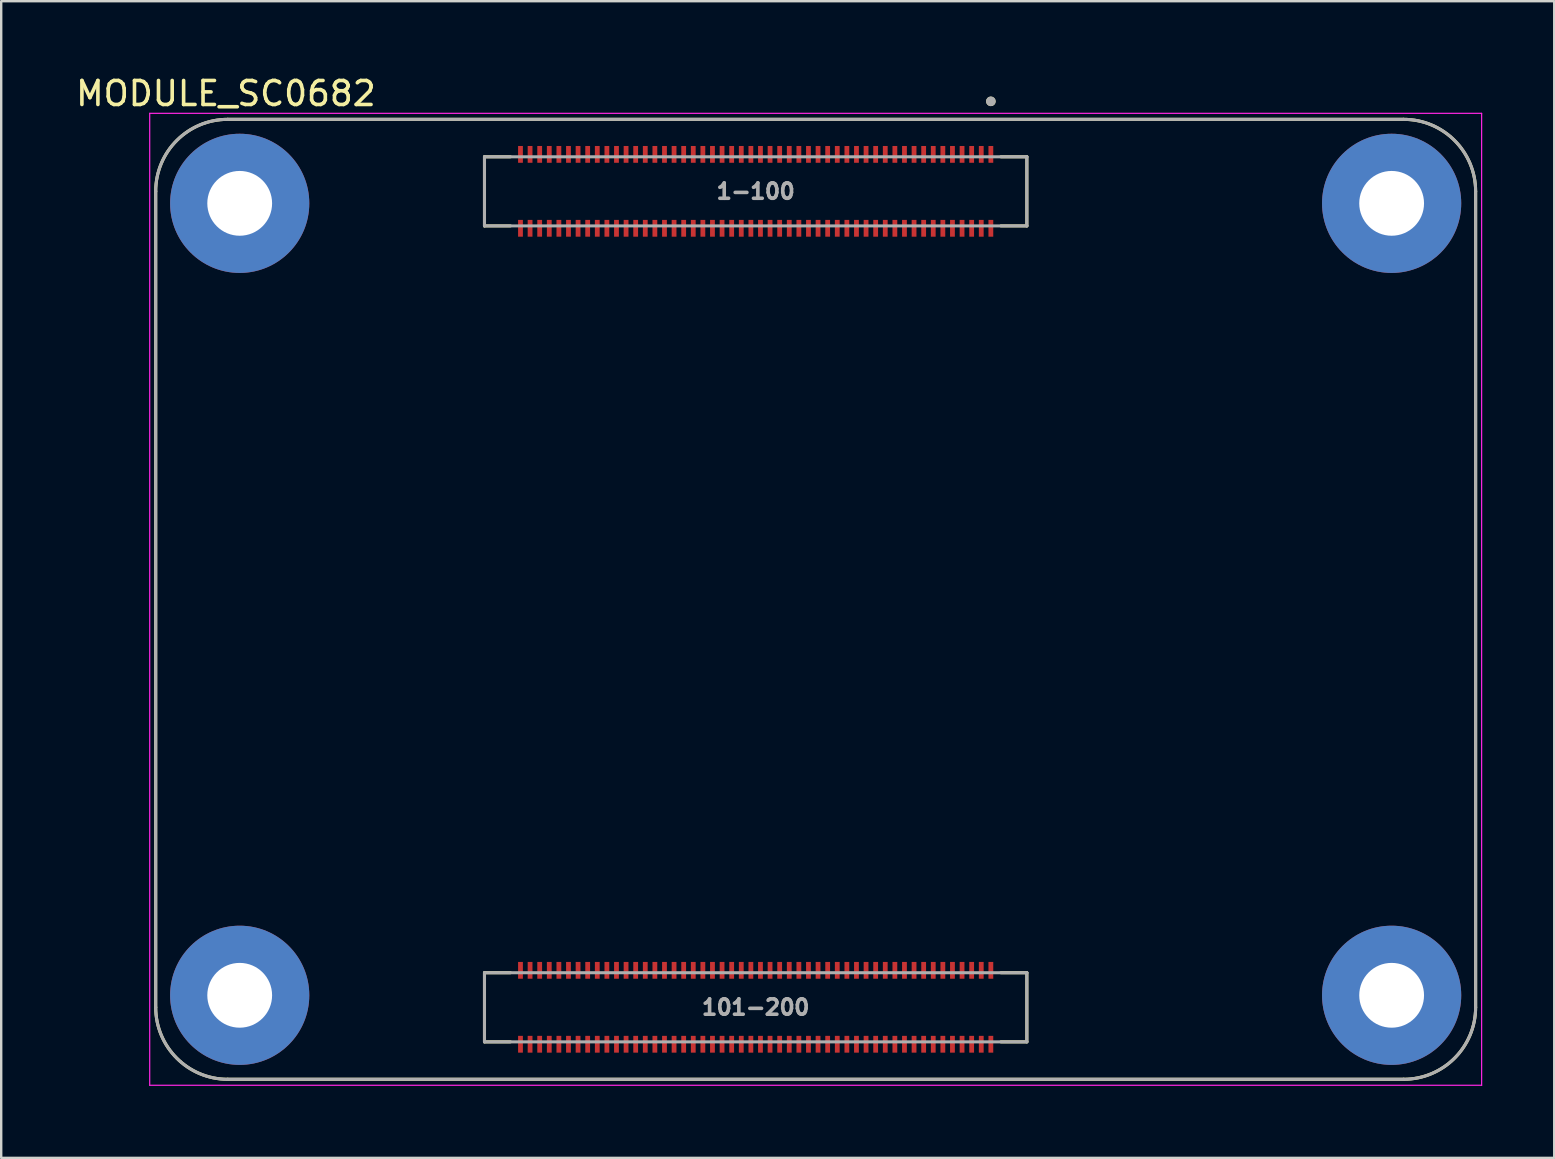
<source format=kicad_pcb>
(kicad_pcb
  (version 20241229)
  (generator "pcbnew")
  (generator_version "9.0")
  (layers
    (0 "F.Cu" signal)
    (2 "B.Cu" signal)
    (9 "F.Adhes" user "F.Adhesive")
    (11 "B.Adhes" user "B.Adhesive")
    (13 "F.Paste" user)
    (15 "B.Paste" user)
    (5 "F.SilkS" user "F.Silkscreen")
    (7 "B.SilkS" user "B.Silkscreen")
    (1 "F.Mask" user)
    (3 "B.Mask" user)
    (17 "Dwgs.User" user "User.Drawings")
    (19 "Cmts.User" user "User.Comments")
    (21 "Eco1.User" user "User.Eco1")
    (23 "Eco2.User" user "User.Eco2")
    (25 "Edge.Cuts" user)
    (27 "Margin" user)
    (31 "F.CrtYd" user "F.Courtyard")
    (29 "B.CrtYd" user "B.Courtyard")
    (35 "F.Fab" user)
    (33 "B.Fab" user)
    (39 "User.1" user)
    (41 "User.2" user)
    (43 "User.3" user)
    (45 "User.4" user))
  (footprint "MODULE_SC0682"
    (layer "F.Cu")
    (at 30.938 21.923)
    (property "Reference" "MODULE_SC0682" (at -24.575 -21.075 0) (layer "F.SilkS") (effects (font (size 1 1) (thickness 0.15))))
    (attr smd)
    (fp_line (start -27.5 -17) (end -27.5 17) (stroke (width 0.127) (type solid)) (layer "F.SilkS"))
    (fp_line (start -24.5 20) (end 24.5 20) (stroke (width 0.127) (type solid)) (layer "F.SilkS"))
    (fp_line (start -13.8 -18.44) (end -13.8 -15.56) (stroke (width 0.127) (type solid)) (layer "F.SilkS"))
    (fp_line (start -13.8 -15.56) (end -12.72 -15.56) (stroke (width 0.127) (type solid)) (layer "F.SilkS"))
    (fp_line (start -13.8 15.56) (end -13.8 18.44) (stroke (width 0.127) (type solid)) (layer "F.SilkS"))
    (fp_line (start -13.8 18.44) (end -12.72 18.44) (stroke (width 0.127) (type solid)) (layer "F.SilkS"))
    (fp_line (start -12.72 -18.44) (end -13.8 -18.44) (stroke (width 0.127) (type solid)) (layer "F.SilkS"))
    (fp_line (start -12.72 15.56) (end -13.8 15.56) (stroke (width 0.127) (type solid)) (layer "F.SilkS"))
    (fp_line (start 7.72 -18.44) (end 8.8 -18.44) (stroke (width 0.127) (type solid)) (layer "F.SilkS"))
    (fp_line (start 7.72 15.56) (end 8.8 15.56) (stroke (width 0.127) (type solid)) (layer "F.SilkS"))
    (fp_line (start 8.8 -18.44) (end 8.8 -15.56) (stroke (width 0.127) (type solid)) (layer "F.SilkS"))
    (fp_line (start 8.8 -15.56) (end 7.72 -15.56) (stroke (width 0.127) (type solid)) (layer "F.SilkS"))
    (fp_line (start 8.8 15.56) (end 8.8 18.44) (stroke (width 0.127) (type solid)) (layer "F.SilkS"))
    (fp_line (start 8.8 18.44) (end 7.72 18.44) (stroke (width 0.127) (type solid)) (layer "F.SilkS"))
    (fp_line (start 24.5 -20) (end -24.5 -20) (stroke (width 0.127) (type solid)) (layer "F.SilkS"))
    (fp_line (start 27.5 17) (end 27.5 -17) (stroke (width 0.127) (type solid)) (layer "F.SilkS"))
    (fp_arc (start -27.5 -17) (mid -26.62132 -19.12132) (end -24.5 -20) (stroke (width 0.127) (type solid)) (layer "F.SilkS"))
    (fp_arc (start -24.5 20) (mid -26.62132 19.12132) (end -27.5 17) (stroke (width 0.127) (type solid)) (layer "F.SilkS"))
    (fp_arc (start 24.5 -20) (mid 26.62132 -19.12132) (end 27.5 -17) (stroke (width 0.127) (type solid)) (layer "F.SilkS"))
    (fp_arc (start 27.5 17) (mid 26.62132 19.12132) (end 24.5 20) (stroke (width 0.127) (type solid)) (layer "F.SilkS"))
    (fp_circle (center 7.3 -20.75) (end 7.4 -20.75) (stroke (width 0.2) (type solid)) (fill no) (layer "F.SilkS"))
    (fp_line (start -27.75 -20.25) (end -27.75 20.25) (stroke (width 0.05) (type solid)) (layer "F.CrtYd"))
    (fp_line (start -27.75 20.25) (end 27.75 20.25) (stroke (width 0.05) (type solid)) (layer "F.CrtYd"))
    (fp_line (start 27.75 -20.25) (end -27.75 -20.25) (stroke (width 0.05) (type solid)) (layer "F.CrtYd"))
    (fp_line (start 27.75 20.25) (end 27.75 -20.25) (stroke (width 0.05) (type solid)) (layer "F.CrtYd"))
    (fp_line (start -27.5 -17) (end -27.5 17) (stroke (width 0.127) (type solid)) (layer "F.Fab"))
    (fp_line (start -24.5 20) (end 24.5 20) (stroke (width 0.127) (type solid)) (layer "F.Fab"))
    (fp_line (start -13.8 -18.44) (end 8.8 -18.44) (stroke (width 0.127) (type solid)) (layer "F.Fab"))
    (fp_line (start -13.8 -15.56) (end -13.8 -18.44) (stroke (width 0.127) (type solid)) (layer "F.Fab"))
    (fp_line (start -13.8 15.56) (end 8.8 15.56) (stroke (width 0.127) (type solid)) (layer "F.Fab"))
    (fp_line (start -13.8 18.44) (end -13.8 15.56) (stroke (width 0.127) (type solid)) (layer "F.Fab"))
    (fp_line (start 8.8 -18.44) (end 8.8 -15.56) (stroke (width 0.127) (type solid)) (layer "F.Fab"))
    (fp_line (start 8.8 -15.56) (end -13.8 -15.56) (stroke (width 0.127) (type solid)) (layer "F.Fab"))
    (fp_line (start 8.8 15.56) (end 8.8 18.44) (stroke (width 0.127) (type solid)) (layer "F.Fab"))
    (fp_line (start 8.8 18.44) (end -13.8 18.44) (stroke (width 0.127) (type solid)) (layer "F.Fab"))
    (fp_line (start 24.5 -20) (end -24.5 -20) (stroke (width 0.127) (type solid)) (layer "F.Fab"))
    (fp_line (start 27.5 17) (end 27.5 -17) (stroke (width 0.127) (type solid)) (layer "F.Fab"))
    (fp_arc (start -27.5 -17) (mid -26.62132 -19.12132) (end -24.5 -20) (stroke (width 0.127) (type solid)) (layer "F.Fab"))
    (fp_arc (start -24.5 20) (mid -26.62132 19.12132) (end -27.5 17) (stroke (width 0.127) (type solid)) (layer "F.Fab"))
    (fp_arc (start 24.5 -20) (mid 26.62132 -19.12132) (end 27.5 -17) (stroke (width 0.127) (type solid)) (layer "F.Fab"))
    (fp_arc (start 27.5 17) (mid 26.62132 19.12132) (end 24.5 20) (stroke (width 0.127) (type solid)) (layer "F.Fab"))
    (fp_circle (center 7.3 -20.75) (end 7.4 -20.75) (stroke (width 0.2) (type solid)) (fill no) (layer "F.Fab"))
    (fp_text user "1-100" (at -2.5 -17 0) (layer "F.Fab") (effects (font (size 0.64 0.64) (thickness 0.15))))
    (fp_text user "101-200" (at -2.5 17 0) (layer "F.Fab") (effects (font (size 0.64 0.64) (thickness 0.15))))
    (pad "1" smd rect (at 7.3 -18.54) (size 0.2 0.7) (layers "F.Cu" "F.Mask" "F.Paste"))
    (pad "2" smd rect (at 7.3 -15.46) (size 0.2 0.7) (layers "F.Cu" "F.Mask" "F.Paste"))
    (pad "3" smd rect (at 6.9 -18.54) (size 0.2 0.7) (layers "F.Cu" "F.Mask" "F.Paste"))
    (pad "4" smd rect (at 6.9 -15.46) (size 0.2 0.7) (layers "F.Cu" "F.Mask" "F.Paste"))
    (pad "5" smd rect (at 6.5 -18.54) (size 0.2 0.7) (layers "F.Cu" "F.Mask" "F.Paste"))
    (pad "6" smd rect (at 6.5 -15.46) (size 0.2 0.7) (layers "F.Cu" "F.Mask" "F.Paste"))
    (pad "7" smd rect (at 6.1 -18.54) (size 0.2 0.7) (layers "F.Cu" "F.Mask" "F.Paste"))
    (pad "8" smd rect (at 6.1 -15.46) (size 0.2 0.7) (layers "F.Cu" "F.Mask" "F.Paste"))
    (pad "9" smd rect (at 5.7 -18.54) (size 0.2 0.7) (layers "F.Cu" "F.Mask" "F.Paste"))
    (pad "10" smd rect (at 5.7 -15.46) (size 0.2 0.7) (layers "F.Cu" "F.Mask" "F.Paste"))
    (pad "11" smd rect (at 5.3 -18.54) (size 0.2 0.7) (layers "F.Cu" "F.Mask" "F.Paste"))
    (pad "12" smd rect (at 5.3 -15.46) (size 0.2 0.7) (layers "F.Cu" "F.Mask" "F.Paste"))
    (pad "13" smd rect (at 4.9 -18.54) (size 0.2 0.7) (layers "F.Cu" "F.Mask" "F.Paste"))
    (pad "14" smd rect (at 4.9 -15.46) (size 0.2 0.7) (layers "F.Cu" "F.Mask" "F.Paste"))
    (pad "15" smd rect (at 4.5 -18.54) (size 0.2 0.7) (layers "F.Cu" "F.Mask" "F.Paste"))
    (pad "16" smd rect (at 4.5 -15.46) (size 0.2 0.7) (layers "F.Cu" "F.Mask" "F.Paste"))
    (pad "17" smd rect (at 4.1 -18.54) (size 0.2 0.7) (layers "F.Cu" "F.Mask" "F.Paste"))
    (pad "18" smd rect (at 4.1 -15.46) (size 0.2 0.7) (layers "F.Cu" "F.Mask" "F.Paste"))
    (pad "19" smd rect (at 3.7 -18.54) (size 0.2 0.7) (layers "F.Cu" "F.Mask" "F.Paste"))
    (pad "20" smd rect (at 3.7 -15.46) (size 0.2 0.7) (layers "F.Cu" "F.Mask" "F.Paste"))
    (pad "21" smd rect (at 3.3 -18.54) (size 0.2 0.7) (layers "F.Cu" "F.Mask" "F.Paste"))
    (pad "22" smd rect (at 3.3 -15.46) (size 0.2 0.7) (layers "F.Cu" "F.Mask" "F.Paste"))
    (pad "23" smd rect (at 2.9 -18.54) (size 0.2 0.7) (layers "F.Cu" "F.Mask" "F.Paste"))
    (pad "24" smd rect (at 2.9 -15.46) (size 0.2 0.7) (layers "F.Cu" "F.Mask" "F.Paste"))
    (pad "25" smd rect (at 2.5 -18.54) (size 0.2 0.7) (layers "F.Cu" "F.Mask" "F.Paste"))
    (pad "26" smd rect (at 2.5 -15.46) (size 0.2 0.7) (layers "F.Cu" "F.Mask" "F.Paste"))
    (pad "27" smd rect (at 2.1 -18.54) (size 0.2 0.7) (layers "F.Cu" "F.Mask" "F.Paste"))
    (pad "28" smd rect (at 2.1 -15.46) (size 0.2 0.7) (layers "F.Cu" "F.Mask" "F.Paste"))
    (pad "29" smd rect (at 1.7 -18.54) (size 0.2 0.7) (layers "F.Cu" "F.Mask" "F.Paste"))
    (pad "30" smd rect (at 1.7 -15.46) (size 0.2 0.7) (layers "F.Cu" "F.Mask" "F.Paste"))
    (pad "31" smd rect (at 1.3 -18.54) (size 0.2 0.7) (layers "F.Cu" "F.Mask" "F.Paste"))
    (pad "32" smd rect (at 1.3 -15.46) (size 0.2 0.7) (layers "F.Cu" "F.Mask" "F.Paste"))
    (pad "33" smd rect (at 0.9 -18.54) (size 0.2 0.7) (layers "F.Cu" "F.Mask" "F.Paste"))
    (pad "34" smd rect (at 0.9 -15.46) (size 0.2 0.7) (layers "F.Cu" "F.Mask" "F.Paste"))
    (pad "35" smd rect (at 0.5 -18.54) (size 0.2 0.7) (layers "F.Cu" "F.Mask" "F.Paste"))
    (pad "36" smd rect (at 0.5 -15.46) (size 0.2 0.7) (layers "F.Cu" "F.Mask" "F.Paste"))
    (pad "37" smd rect (at 0.1 -18.54) (size 0.2 0.7) (layers "F.Cu" "F.Mask" "F.Paste"))
    (pad "38" smd rect (at 0.1 -15.46) (size 0.2 0.7) (layers "F.Cu" "F.Mask" "F.Paste"))
    (pad "39" smd rect (at -0.3 -18.54) (size 0.2 0.7) (layers "F.Cu" "F.Mask" "F.Paste"))
    (pad "40" smd rect (at -0.3 -15.46) (size 0.2 0.7) (layers "F.Cu" "F.Mask" "F.Paste"))
    (pad "41" smd rect (at -0.7 -18.54) (size 0.2 0.7) (layers "F.Cu" "F.Mask" "F.Paste"))
    (pad "42" smd rect (at -0.7 -15.46) (size 0.2 0.7) (layers "F.Cu" "F.Mask" "F.Paste"))
    (pad "43" smd rect (at -1.1 -18.54) (size 0.2 0.7) (layers "F.Cu" "F.Mask" "F.Paste"))
    (pad "44" smd rect (at -1.1 -15.46) (size 0.2 0.7) (layers "F.Cu" "F.Mask" "F.Paste"))
    (pad "45" smd rect (at -1.5 -18.54) (size 0.2 0.7) (layers "F.Cu" "F.Mask" "F.Paste"))
    (pad "46" smd rect (at -1.5 -15.46) (size 0.2 0.7) (layers "F.Cu" "F.Mask" "F.Paste"))
    (pad "47" smd rect (at -1.9 -18.54) (size 0.2 0.7) (layers "F.Cu" "F.Mask" "F.Paste"))
    (pad "48" smd rect (at -1.9 -15.46) (size 0.2 0.7) (layers "F.Cu" "F.Mask" "F.Paste"))
    (pad "49" smd rect (at -2.3 -18.54) (size 0.2 0.7) (layers "F.Cu" "F.Mask" "F.Paste"))
    (pad "50" smd rect (at -2.3 -15.46) (size 0.2 0.7) (layers "F.Cu" "F.Mask" "F.Paste"))
    (pad "51" smd rect (at -2.7 -18.54) (size 0.2 0.7) (layers "F.Cu" "F.Mask" "F.Paste"))
    (pad "52" smd rect (at -2.7 -15.46) (size 0.2 0.7) (layers "F.Cu" "F.Mask" "F.Paste"))
    (pad "53" smd rect (at -3.1 -18.54) (size 0.2 0.7) (layers "F.Cu" "F.Mask" "F.Paste"))
    (pad "54" smd rect (at -3.1 -15.46) (size 0.2 0.7) (layers "F.Cu" "F.Mask" "F.Paste"))
    (pad "55" smd rect (at -3.5 -18.54) (size 0.2 0.7) (layers "F.Cu" "F.Mask" "F.Paste"))
    (pad "56" smd rect (at -3.5 -15.46) (size 0.2 0.7) (layers "F.Cu" "F.Mask" "F.Paste"))
    (pad "57" smd rect (at -3.9 -18.54) (size 0.2 0.7) (layers "F.Cu" "F.Mask" "F.Paste"))
    (pad "58" smd rect (at -3.9 -15.46) (size 0.2 0.7) (layers "F.Cu" "F.Mask" "F.Paste"))
    (pad "59" smd rect (at -4.3 -18.54) (size 0.2 0.7) (layers "F.Cu" "F.Mask" "F.Paste"))
    (pad "60" smd rect (at -4.3 -15.46) (size 0.2 0.7) (layers "F.Cu" "F.Mask" "F.Paste"))
    (pad "61" smd rect (at -4.7 -18.54) (size 0.2 0.7) (layers "F.Cu" "F.Mask" "F.Paste"))
    (pad "62" smd rect (at -4.7 -15.46) (size 0.2 0.7) (layers "F.Cu" "F.Mask" "F.Paste"))
    (pad "63" smd rect (at -5.1 -18.54) (size 0.2 0.7) (layers "F.Cu" "F.Mask" "F.Paste"))
    (pad "64" smd rect (at -5.1 -15.46) (size 0.2 0.7) (layers "F.Cu" "F.Mask" "F.Paste"))
    (pad "65" smd rect (at -5.5 -18.54) (size 0.2 0.7) (layers "F.Cu" "F.Mask" "F.Paste"))
    (pad "66" smd rect (at -5.5 -15.46) (size 0.2 0.7) (layers "F.Cu" "F.Mask" "F.Paste"))
    (pad "67" smd rect (at -5.9 -18.54) (size 0.2 0.7) (layers "F.Cu" "F.Mask" "F.Paste"))
    (pad "68" smd rect (at -5.9 -15.46) (size 0.2 0.7) (layers "F.Cu" "F.Mask" "F.Paste"))
    (pad "69" smd rect (at -6.3 -18.54) (size 0.2 0.7) (layers "F.Cu" "F.Mask" "F.Paste"))
    (pad "70" smd rect (at -6.3 -15.46) (size 0.2 0.7) (layers "F.Cu" "F.Mask" "F.Paste"))
    (pad "71" smd rect (at -6.7 -18.54) (size 0.2 0.7) (layers "F.Cu" "F.Mask" "F.Paste"))
    (pad "72" smd rect (at -6.7 -15.46) (size 0.2 0.7) (layers "F.Cu" "F.Mask" "F.Paste"))
    (pad "73" smd rect (at -7.1 -18.54) (size 0.2 0.7) (layers "F.Cu" "F.Mask" "F.Paste"))
    (pad "74" smd rect (at -7.1 -15.46) (size 0.2 0.7) (layers "F.Cu" "F.Mask" "F.Paste"))
    (pad "75" smd rect (at -7.5 -18.54) (size 0.2 0.7) (layers "F.Cu" "F.Mask" "F.Paste"))
    (pad "76" smd rect (at -7.5 -15.46) (size 0.2 0.7) (layers "F.Cu" "F.Mask" "F.Paste"))
    (pad "77" smd rect (at -7.9 -18.54) (size 0.2 0.7) (layers "F.Cu" "F.Mask" "F.Paste"))
    (pad "78" smd rect (at -7.9 -15.46) (size 0.2 0.7) (layers "F.Cu" "F.Mask" "F.Paste"))
    (pad "79" smd rect (at -8.3 -18.54) (size 0.2 0.7) (layers "F.Cu" "F.Mask" "F.Paste"))
    (pad "80" smd rect (at -8.3 -15.46) (size 0.2 0.7) (layers "F.Cu" "F.Mask" "F.Paste"))
    (pad "81" smd rect (at -8.7 -18.54) (size 0.2 0.7) (layers "F.Cu" "F.Mask" "F.Paste"))
    (pad "82" smd rect (at -8.7 -15.46) (size 0.2 0.7) (layers "F.Cu" "F.Mask" "F.Paste"))
    (pad "83" smd rect (at -9.1 -18.54) (size 0.2 0.7) (layers "F.Cu" "F.Mask" "F.Paste"))
    (pad "84" smd rect (at -9.1 -15.46) (size 0.2 0.7) (layers "F.Cu" "F.Mask" "F.Paste"))
    (pad "85" smd rect (at -9.5 -18.54) (size 0.2 0.7) (layers "F.Cu" "F.Mask" "F.Paste"))
    (pad "86" smd rect (at -9.5 -15.46) (size 0.2 0.7) (layers "F.Cu" "F.Mask" "F.Paste"))
    (pad "87" smd rect (at -9.9 -18.54) (size 0.2 0.7) (layers "F.Cu" "F.Mask" "F.Paste"))
    (pad "88" smd rect (at -9.9 -15.46) (size 0.2 0.7) (layers "F.Cu" "F.Mask" "F.Paste"))
    (pad "89" smd rect (at -10.3 -18.54) (size 0.2 0.7) (layers "F.Cu" "F.Mask" "F.Paste"))
    (pad "90" smd rect (at -10.3 -15.46) (size 0.2 0.7) (layers "F.Cu" "F.Mask" "F.Paste"))
    (pad "91" smd rect (at -10.7 -18.54) (size 0.2 0.7) (layers "F.Cu" "F.Mask" "F.Paste"))
    (pad "92" smd rect (at -10.7 -15.46) (size 0.2 0.7) (layers "F.Cu" "F.Mask" "F.Paste"))
    (pad "93" smd rect (at -11.1 -18.54) (size 0.2 0.7) (layers "F.Cu" "F.Mask" "F.Paste"))
    (pad "94" smd rect (at -11.1 -15.46) (size 0.2 0.7) (layers "F.Cu" "F.Mask" "F.Paste"))
    (pad "95" smd rect (at -11.5 -18.54) (size 0.2 0.7) (layers "F.Cu" "F.Mask" "F.Paste"))
    (pad "96" smd rect (at -11.5 -15.46) (size 0.2 0.7) (layers "F.Cu" "F.Mask" "F.Paste"))
    (pad "97" smd rect (at -11.9 -18.54) (size 0.2 0.7) (layers "F.Cu" "F.Mask" "F.Paste"))
    (pad "98" smd rect (at -11.9 -15.46) (size 0.2 0.7) (layers "F.Cu" "F.Mask" "F.Paste"))
    (pad "99" smd rect (at -12.3 -18.54) (size 0.2 0.7) (layers "F.Cu" "F.Mask" "F.Paste"))
    (pad "100" smd rect (at -12.3 -15.46) (size 0.2 0.7) (layers "F.Cu" "F.Mask" "F.Paste"))
    (pad "101" smd rect (at 7.3 15.46) (size 0.2 0.7) (layers "F.Cu" "F.Mask" "F.Paste"))
    (pad "102" smd rect (at 7.3 18.54) (size 0.2 0.7) (layers "F.Cu" "F.Mask" "F.Paste"))
    (pad "103" smd rect (at 6.9 15.46) (size 0.2 0.7) (layers "F.Cu" "F.Mask" "F.Paste"))
    (pad "104" smd rect (at 6.9 18.54) (size 0.2 0.7) (layers "F.Cu" "F.Mask" "F.Paste"))
    (pad "105" smd rect (at 6.5 15.46) (size 0.2 0.7) (layers "F.Cu" "F.Mask" "F.Paste"))
    (pad "106" smd rect (at 6.5 18.54) (size 0.2 0.7) (layers "F.Cu" "F.Mask" "F.Paste"))
    (pad "107" smd rect (at 6.1 15.46) (size 0.2 0.7) (layers "F.Cu" "F.Mask" "F.Paste"))
    (pad "108" smd rect (at 6.1 18.54) (size 0.2 0.7) (layers "F.Cu" "F.Mask" "F.Paste"))
    (pad "109" smd rect (at 5.7 15.46) (size 0.2 0.7) (layers "F.Cu" "F.Mask" "F.Paste"))
    (pad "110" smd rect (at 5.7 18.54) (size 0.2 0.7) (layers "F.Cu" "F.Mask" "F.Paste"))
    (pad "111" smd rect (at 5.3 15.46) (size 0.2 0.7) (layers "F.Cu" "F.Mask" "F.Paste"))
    (pad "112" smd rect (at 5.3 18.54) (size 0.2 0.7) (layers "F.Cu" "F.Mask" "F.Paste"))
    (pad "113" smd rect (at 4.9 15.46) (size 0.2 0.7) (layers "F.Cu" "F.Mask" "F.Paste"))
    (pad "114" smd rect (at 4.9 18.54) (size 0.2 0.7) (layers "F.Cu" "F.Mask" "F.Paste"))
    (pad "115" smd rect (at 4.5 15.46) (size 0.2 0.7) (layers "F.Cu" "F.Mask" "F.Paste"))
    (pad "116" smd rect (at 4.5 18.54) (size 0.2 0.7) (layers "F.Cu" "F.Mask" "F.Paste"))
    (pad "117" smd rect (at 4.1 15.46) (size 0.2 0.7) (layers "F.Cu" "F.Mask" "F.Paste"))
    (pad "118" smd rect (at 4.1 18.54) (size 0.2 0.7) (layers "F.Cu" "F.Mask" "F.Paste"))
    (pad "119" smd rect (at 3.7 15.46) (size 0.2 0.7) (layers "F.Cu" "F.Mask" "F.Paste"))
    (pad "120" smd rect (at 3.7 18.54) (size 0.2 0.7) (layers "F.Cu" "F.Mask" "F.Paste"))
    (pad "121" smd rect (at 3.3 15.46) (size 0.2 0.7) (layers "F.Cu" "F.Mask" "F.Paste"))
    (pad "122" smd rect (at 3.3 18.54) (size 0.2 0.7) (layers "F.Cu" "F.Mask" "F.Paste"))
    (pad "123" smd rect (at 2.9 15.46) (size 0.2 0.7) (layers "F.Cu" "F.Mask" "F.Paste"))
    (pad "124" smd rect (at 2.9 18.54) (size 0.2 0.7) (layers "F.Cu" "F.Mask" "F.Paste"))
    (pad "125" smd rect (at 2.5 15.46) (size 0.2 0.7) (layers "F.Cu" "F.Mask" "F.Paste"))
    (pad "126" smd rect (at 2.5 18.54) (size 0.2 0.7) (layers "F.Cu" "F.Mask" "F.Paste"))
    (pad "127" smd rect (at 2.1 15.46) (size 0.2 0.7) (layers "F.Cu" "F.Mask" "F.Paste"))
    (pad "128" smd rect (at 2.1 18.54) (size 0.2 0.7) (layers "F.Cu" "F.Mask" "F.Paste"))
    (pad "129" smd rect (at 1.7 15.46) (size 0.2 0.7) (layers "F.Cu" "F.Mask" "F.Paste"))
    (pad "130" smd rect (at 1.7 18.54) (size 0.2 0.7) (layers "F.Cu" "F.Mask" "F.Paste"))
    (pad "131" smd rect (at 1.3 15.46) (size 0.2 0.7) (layers "F.Cu" "F.Mask" "F.Paste"))
    (pad "132" smd rect (at 1.3 18.54) (size 0.2 0.7) (layers "F.Cu" "F.Mask" "F.Paste"))
    (pad "133" smd rect (at 0.9 15.46) (size 0.2 0.7) (layers "F.Cu" "F.Mask" "F.Paste"))
    (pad "134" smd rect (at 0.9 18.54) (size 0.2 0.7) (layers "F.Cu" "F.Mask" "F.Paste"))
    (pad "135" smd rect (at 0.5 15.46) (size 0.2 0.7) (layers "F.Cu" "F.Mask" "F.Paste"))
    (pad "136" smd rect (at 0.5 18.54) (size 0.2 0.7) (layers "F.Cu" "F.Mask" "F.Paste"))
    (pad "137" smd rect (at 0.1 15.46) (size 0.2 0.7) (layers "F.Cu" "F.Mask" "F.Paste"))
    (pad "138" smd rect (at 0.1 18.54) (size 0.2 0.7) (layers "F.Cu" "F.Mask" "F.Paste"))
    (pad "139" smd rect (at -0.3 15.46) (size 0.2 0.7) (layers "F.Cu" "F.Mask" "F.Paste"))
    (pad "140" smd rect (at -0.3 18.54) (size 0.2 0.7) (layers "F.Cu" "F.Mask" "F.Paste"))
    (pad "141" smd rect (at -0.7 15.46) (size 0.2 0.7) (layers "F.Cu" "F.Mask" "F.Paste"))
    (pad "142" smd rect (at -0.7 18.54) (size 0.2 0.7) (layers "F.Cu" "F.Mask" "F.Paste"))
    (pad "143" smd rect (at -1.1 15.46) (size 0.2 0.7) (layers "F.Cu" "F.Mask" "F.Paste"))
    (pad "144" smd rect (at -1.1 18.54) (size 0.2 0.7) (layers "F.Cu" "F.Mask" "F.Paste"))
    (pad "145" smd rect (at -1.5 15.46) (size 0.2 0.7) (layers "F.Cu" "F.Mask" "F.Paste"))
    (pad "146" smd rect (at -1.5 18.54) (size 0.2 0.7) (layers "F.Cu" "F.Mask" "F.Paste"))
    (pad "147" smd rect (at -1.9 15.46) (size 0.2 0.7) (layers "F.Cu" "F.Mask" "F.Paste"))
    (pad "148" smd rect (at -1.9 18.54) (size 0.2 0.7) (layers "F.Cu" "F.Mask" "F.Paste"))
    (pad "149" smd rect (at -2.3 15.46) (size 0.2 0.7) (layers "F.Cu" "F.Mask" "F.Paste"))
    (pad "150" smd rect (at -2.3 18.54) (size 0.2 0.7) (layers "F.Cu" "F.Mask" "F.Paste"))
    (pad "151" smd rect (at -2.7 15.46) (size 0.2 0.7) (layers "F.Cu" "F.Mask" "F.Paste"))
    (pad "152" smd rect (at -2.7 18.54) (size 0.2 0.7) (layers "F.Cu" "F.Mask" "F.Paste"))
    (pad "153" smd rect (at -3.1 15.46) (size 0.2 0.7) (layers "F.Cu" "F.Mask" "F.Paste"))
    (pad "154" smd rect (at -3.1 18.54) (size 0.2 0.7) (layers "F.Cu" "F.Mask" "F.Paste"))
    (pad "155" smd rect (at -3.5 15.46) (size 0.2 0.7) (layers "F.Cu" "F.Mask" "F.Paste"))
    (pad "156" smd rect (at -3.5 18.54) (size 0.2 0.7) (layers "F.Cu" "F.Mask" "F.Paste"))
    (pad "157" smd rect (at -3.9 15.46) (size 0.2 0.7) (layers "F.Cu" "F.Mask" "F.Paste"))
    (pad "158" smd rect (at -3.9 18.54) (size 0.2 0.7) (layers "F.Cu" "F.Mask" "F.Paste"))
    (pad "159" smd rect (at -4.3 15.46) (size 0.2 0.7) (layers "F.Cu" "F.Mask" "F.Paste"))
    (pad "160" smd rect (at -4.3 18.54) (size 0.2 0.7) (layers "F.Cu" "F.Mask" "F.Paste"))
    (pad "161" smd rect (at -4.7 15.46) (size 0.2 0.7) (layers "F.Cu" "F.Mask" "F.Paste"))
    (pad "162" smd rect (at -4.7 18.54) (size 0.2 0.7) (layers "F.Cu" "F.Mask" "F.Paste"))
    (pad "163" smd rect (at -5.1 15.46) (size 0.2 0.7) (layers "F.Cu" "F.Mask" "F.Paste"))
    (pad "164" smd rect (at -5.1 18.54) (size 0.2 0.7) (layers "F.Cu" "F.Mask" "F.Paste"))
    (pad "165" smd rect (at -5.5 15.46) (size 0.2 0.7) (layers "F.Cu" "F.Mask" "F.Paste"))
    (pad "166" smd rect (at -5.5 18.54) (size 0.2 0.7) (layers "F.Cu" "F.Mask" "F.Paste"))
    (pad "167" smd rect (at -5.9 15.46) (size 0.2 0.7) (layers "F.Cu" "F.Mask" "F.Paste"))
    (pad "168" smd rect (at -5.9 18.54) (size 0.2 0.7) (layers "F.Cu" "F.Mask" "F.Paste"))
    (pad "169" smd rect (at -6.3 15.46) (size 0.2 0.7) (layers "F.Cu" "F.Mask" "F.Paste"))
    (pad "170" smd rect (at -6.3 18.54) (size 0.2 0.7) (layers "F.Cu" "F.Mask" "F.Paste"))
    (pad "171" smd rect (at -6.7 15.46) (size 0.2 0.7) (layers "F.Cu" "F.Mask" "F.Paste"))
    (pad "172" smd rect (at -6.7 18.54) (size 0.2 0.7) (layers "F.Cu" "F.Mask" "F.Paste"))
    (pad "173" smd rect (at -7.1 15.46) (size 0.2 0.7) (layers "F.Cu" "F.Mask" "F.Paste"))
    (pad "174" smd rect (at -7.1 18.54) (size 0.2 0.7) (layers "F.Cu" "F.Mask" "F.Paste"))
    (pad "175" smd rect (at -7.5 15.46) (size 0.2 0.7) (layers "F.Cu" "F.Mask" "F.Paste"))
    (pad "176" smd rect (at -7.5 18.54) (size 0.2 0.7) (layers "F.Cu" "F.Mask" "F.Paste"))
    (pad "177" smd rect (at -7.9 15.46) (size 0.2 0.7) (layers "F.Cu" "F.Mask" "F.Paste"))
    (pad "178" smd rect (at -7.9 18.54) (size 0.2 0.7) (layers "F.Cu" "F.Mask" "F.Paste"))
    (pad "179" smd rect (at -8.3 15.46) (size 0.2 0.7) (layers "F.Cu" "F.Mask" "F.Paste"))
    (pad "180" smd rect (at -8.3 18.54) (size 0.2 0.7) (layers "F.Cu" "F.Mask" "F.Paste"))
    (pad "181" smd rect (at -8.7 15.46) (size 0.2 0.7) (layers "F.Cu" "F.Mask" "F.Paste"))
    (pad "182" smd rect (at -8.7 18.54) (size 0.2 0.7) (layers "F.Cu" "F.Mask" "F.Paste"))
    (pad "183" smd rect (at -9.1 15.46) (size 0.2 0.7) (layers "F.Cu" "F.Mask" "F.Paste"))
    (pad "184" smd rect (at -9.1 18.54) (size 0.2 0.7) (layers "F.Cu" "F.Mask" "F.Paste"))
    (pad "185" smd rect (at -9.5 15.46) (size 0.2 0.7) (layers "F.Cu" "F.Mask" "F.Paste"))
    (pad "186" smd rect (at -9.5 18.54) (size 0.2 0.7) (layers "F.Cu" "F.Mask" "F.Paste"))
    (pad "187" smd rect (at -9.9 15.46) (size 0.2 0.7) (layers "F.Cu" "F.Mask" "F.Paste"))
    (pad "188" smd rect (at -9.9 18.54) (size 0.2 0.7) (layers "F.Cu" "F.Mask" "F.Paste"))
    (pad "189" smd rect (at -10.3 15.46) (size 0.2 0.7) (layers "F.Cu" "F.Mask" "F.Paste"))
    (pad "190" smd rect (at -10.3 18.54) (size 0.2 0.7) (layers "F.Cu" "F.Mask" "F.Paste"))
    (pad "191" smd rect (at -10.7 15.46) (size 0.2 0.7) (layers "F.Cu" "F.Mask" "F.Paste"))
    (pad "192" smd rect (at -10.7 18.54) (size 0.2 0.7) (layers "F.Cu" "F.Mask" "F.Paste"))
    (pad "193" smd rect (at -11.1 15.46) (size 0.2 0.7) (layers "F.Cu" "F.Mask" "F.Paste"))
    (pad "194" smd rect (at -11.1 18.54) (size 0.2 0.7) (layers "F.Cu" "F.Mask" "F.Paste"))
    (pad "195" smd rect (at -11.5 15.46) (size 0.2 0.7) (layers "F.Cu" "F.Mask" "F.Paste"))
    (pad "196" smd rect (at -11.5 18.54) (size 0.2 0.7) (layers "F.Cu" "F.Mask" "F.Paste"))
    (pad "197" smd rect (at -11.9 15.46) (size 0.2 0.7) (layers "F.Cu" "F.Mask" "F.Paste"))
    (pad "198" smd rect (at -11.9 18.54) (size 0.2 0.7) (layers "F.Cu" "F.Mask" "F.Paste"))
    (pad "199" smd rect (at -12.3 15.46) (size 0.2 0.7) (layers "F.Cu" "F.Mask" "F.Paste"))
    (pad "200" smd rect (at -12.3 18.54) (size 0.2 0.7) (layers "F.Cu" "F.Mask" "F.Paste"))
    (pad "SH1" thru_hole circle (at -24 -16.5) (size 5.8 5.8) (drill 2.7) (layers "*.Cu" "*.Mask"))
    (pad "SH2" thru_hole circle (at 24 -16.5) (size 5.8 5.8) (drill 2.7) (layers "*.Cu" "*.Mask"))
    (pad "SH3" thru_hole circle (at -24 16.5) (size 5.8 5.8) (drill 2.7) (layers "*.Cu" "*.Mask"))
    (pad "SH4" thru_hole circle (at 24 16.5) (size 5.8 5.8) (drill 2.7) (layers "*.Cu" "*.Mask")))
  (gr_rect
    (start -3 -3)
    (end 61.713 45.198)
    (stroke (width 0.1) (type default))
    (fill no)
    (layer "Edge.Cuts")))
</source>
